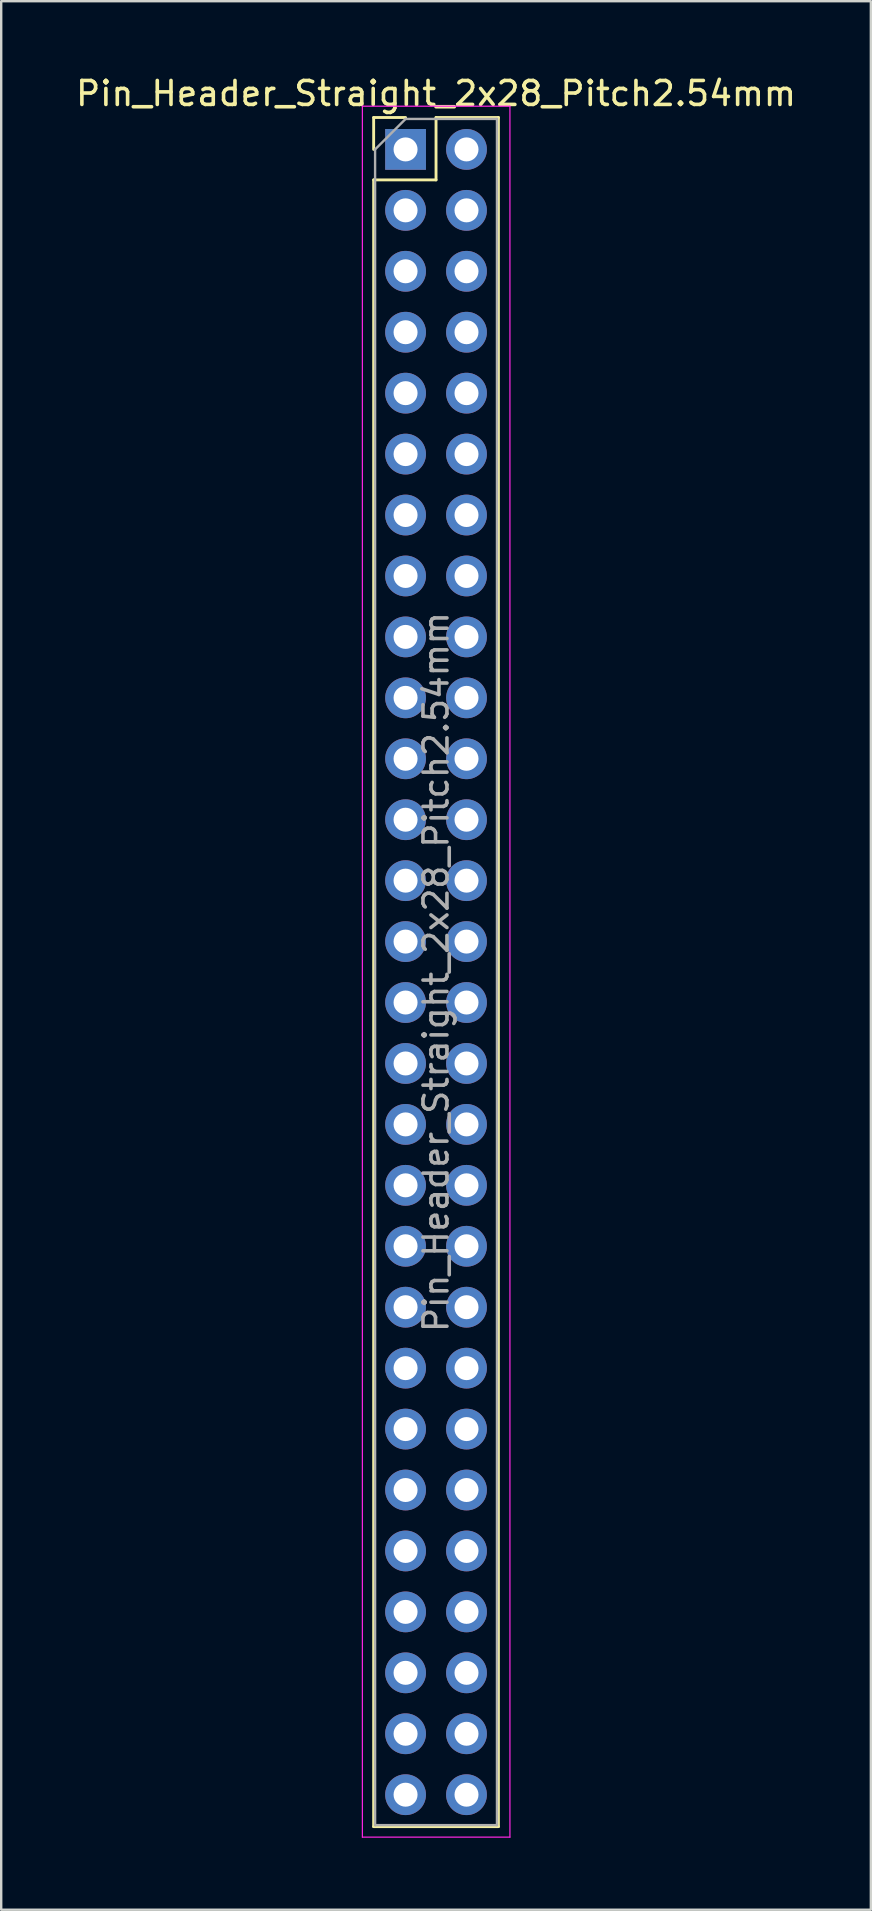
<source format=kicad_pcb>
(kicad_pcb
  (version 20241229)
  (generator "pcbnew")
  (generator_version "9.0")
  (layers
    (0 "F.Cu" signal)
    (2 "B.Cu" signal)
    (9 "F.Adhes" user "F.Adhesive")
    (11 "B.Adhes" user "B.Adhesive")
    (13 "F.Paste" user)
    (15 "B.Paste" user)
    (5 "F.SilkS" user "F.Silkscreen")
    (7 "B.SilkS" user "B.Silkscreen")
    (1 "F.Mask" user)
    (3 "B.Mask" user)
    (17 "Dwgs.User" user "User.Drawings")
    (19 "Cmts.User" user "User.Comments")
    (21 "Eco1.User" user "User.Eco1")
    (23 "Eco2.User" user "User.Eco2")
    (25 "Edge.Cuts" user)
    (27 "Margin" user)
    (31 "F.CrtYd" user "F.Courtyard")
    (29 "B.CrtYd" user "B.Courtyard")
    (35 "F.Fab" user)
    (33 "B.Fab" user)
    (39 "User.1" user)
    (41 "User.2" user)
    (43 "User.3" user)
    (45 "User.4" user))
  (footprint "Pin_Header_Straight_2x28_Pitch2.54mm"
    (layer "F.Cu")
    (at 13.855 3.178)
    (property "Reference" "Pin_Header_Straight_2x28_Pitch2.54mm" (at 1.27 -2.33 0) (layer "F.SilkS") (effects (font (size 1 1) (thickness 0.15))))
    (attr through_hole)
    (fp_line (start -1.33 -1.33) (end 0 -1.33) (stroke (width 0.12) (type solid)) (layer "F.SilkS"))
    (fp_line (start -1.33 0) (end -1.33 -1.33) (stroke (width 0.12) (type solid)) (layer "F.SilkS"))
    (fp_line (start -1.33 1.27) (end -1.33 69.91) (stroke (width 0.12) (type solid)) (layer "F.SilkS"))
    (fp_line (start -1.33 1.27) (end 1.27 1.27) (stroke (width 0.12) (type solid)) (layer "F.SilkS"))
    (fp_line (start -1.33 69.91) (end 3.87 69.91) (stroke (width 0.12) (type solid)) (layer "F.SilkS"))
    (fp_line (start 1.27 -1.33) (end 3.87 -1.33) (stroke (width 0.12) (type solid)) (layer "F.SilkS"))
    (fp_line (start 1.27 1.27) (end 1.27 -1.33) (stroke (width 0.12) (type solid)) (layer "F.SilkS"))
    (fp_line (start 3.87 -1.33) (end 3.87 69.91) (stroke (width 0.12) (type solid)) (layer "F.SilkS"))
    (fp_line (start -1.8 -1.8) (end -1.8 70.35) (stroke (width 0.05) (type solid)) (layer "F.CrtYd"))
    (fp_line (start -1.8 70.35) (end 4.35 70.35) (stroke (width 0.05) (type solid)) (layer "F.CrtYd"))
    (fp_line (start 4.35 -1.8) (end -1.8 -1.8) (stroke (width 0.05) (type solid)) (layer "F.CrtYd"))
    (fp_line (start 4.35 70.35) (end 4.35 -1.8) (stroke (width 0.05) (type solid)) (layer "F.CrtYd"))
    (fp_line (start -1.27 0) (end 0 -1.27) (stroke (width 0.1) (type solid)) (layer "F.Fab"))
    (fp_line (start -1.27 69.85) (end -1.27 0) (stroke (width 0.1) (type solid)) (layer "F.Fab"))
    (fp_line (start 0 -1.27) (end 3.81 -1.27) (stroke (width 0.1) (type solid)) (layer "F.Fab"))
    (fp_line (start 3.81 -1.27) (end 3.81 69.85) (stroke (width 0.1) (type solid)) (layer "F.Fab"))
    (fp_line (start 3.81 69.85) (end -1.27 69.85) (stroke (width 0.1) (type solid)) (layer "F.Fab"))
    (fp_text user "${REFERENCE}" (at 1.27 34.29 90) (layer "F.Fab") (effects (font (size 1 1) (thickness 0.15))))
    (pad "1" thru_hole rect (at 0 0) (size 1.7 1.7) (drill 1) (layers "*.Cu" "*.Mask"))
    (pad "2" thru_hole oval (at 2.54 0) (size 1.7 1.7) (drill 1) (layers "*.Cu" "*.Mask"))
    (pad "3" thru_hole oval (at 0 2.54) (size 1.7 1.7) (drill 1) (layers "*.Cu" "*.Mask"))
    (pad "4" thru_hole oval (at 2.54 2.54) (size 1.7 1.7) (drill 1) (layers "*.Cu" "*.Mask"))
    (pad "5" thru_hole oval (at 0 5.08) (size 1.7 1.7) (drill 1) (layers "*.Cu" "*.Mask"))
    (pad "6" thru_hole oval (at 2.54 5.08) (size 1.7 1.7) (drill 1) (layers "*.Cu" "*.Mask"))
    (pad "7" thru_hole oval (at 0 7.62) (size 1.7 1.7) (drill 1) (layers "*.Cu" "*.Mask"))
    (pad "8" thru_hole oval (at 2.54 7.62) (size 1.7 1.7) (drill 1) (layers "*.Cu" "*.Mask"))
    (pad "9" thru_hole oval (at 0 10.16) (size 1.7 1.7) (drill 1) (layers "*.Cu" "*.Mask"))
    (pad "10" thru_hole oval (at 2.54 10.16) (size 1.7 1.7) (drill 1) (layers "*.Cu" "*.Mask"))
    (pad "11" thru_hole oval (at 0 12.7) (size 1.7 1.7) (drill 1) (layers "*.Cu" "*.Mask"))
    (pad "12" thru_hole oval (at 2.54 12.7) (size 1.7 1.7) (drill 1) (layers "*.Cu" "*.Mask"))
    (pad "13" thru_hole oval (at 0 15.24) (size 1.7 1.7) (drill 1) (layers "*.Cu" "*.Mask"))
    (pad "14" thru_hole oval (at 2.54 15.24) (size 1.7 1.7) (drill 1) (layers "*.Cu" "*.Mask"))
    (pad "15" thru_hole oval (at 0 17.78) (size 1.7 1.7) (drill 1) (layers "*.Cu" "*.Mask"))
    (pad "16" thru_hole oval (at 2.54 17.78) (size 1.7 1.7) (drill 1) (layers "*.Cu" "*.Mask"))
    (pad "17" thru_hole oval (at 0 20.32) (size 1.7 1.7) (drill 1) (layers "*.Cu" "*.Mask"))
    (pad "18" thru_hole oval (at 2.54 20.32) (size 1.7 1.7) (drill 1) (layers "*.Cu" "*.Mask"))
    (pad "19" thru_hole oval (at 0 22.86) (size 1.7 1.7) (drill 1) (layers "*.Cu" "*.Mask"))
    (pad "20" thru_hole oval (at 2.54 22.86) (size 1.7 1.7) (drill 1) (layers "*.Cu" "*.Mask"))
    (pad "21" thru_hole oval (at 0 25.4) (size 1.7 1.7) (drill 1) (layers "*.Cu" "*.Mask"))
    (pad "22" thru_hole oval (at 2.54 25.4) (size 1.7 1.7) (drill 1) (layers "*.Cu" "*.Mask"))
    (pad "23" thru_hole oval (at 0 27.94) (size 1.7 1.7) (drill 1) (layers "*.Cu" "*.Mask"))
    (pad "24" thru_hole oval (at 2.54 27.94) (size 1.7 1.7) (drill 1) (layers "*.Cu" "*.Mask"))
    (pad "25" thru_hole oval (at 0 30.48) (size 1.7 1.7) (drill 1) (layers "*.Cu" "*.Mask"))
    (pad "26" thru_hole oval (at 2.54 30.48) (size 1.7 1.7) (drill 1) (layers "*.Cu" "*.Mask"))
    (pad "27" thru_hole oval (at 0 33.02) (size 1.7 1.7) (drill 1) (layers "*.Cu" "*.Mask"))
    (pad "28" thru_hole oval (at 2.54 33.02) (size 1.7 1.7) (drill 1) (layers "*.Cu" "*.Mask"))
    (pad "29" thru_hole oval (at 0 35.56) (size 1.7 1.7) (drill 1) (layers "*.Cu" "*.Mask"))
    (pad "30" thru_hole oval (at 2.54 35.56) (size 1.7 1.7) (drill 1) (layers "*.Cu" "*.Mask"))
    (pad "31" thru_hole oval (at 0 38.1) (size 1.7 1.7) (drill 1) (layers "*.Cu" "*.Mask"))
    (pad "32" thru_hole oval (at 2.54 38.1) (size 1.7 1.7) (drill 1) (layers "*.Cu" "*.Mask"))
    (pad "33" thru_hole oval (at 0 40.64) (size 1.7 1.7) (drill 1) (layers "*.Cu" "*.Mask"))
    (pad "34" thru_hole oval (at 2.54 40.64) (size 1.7 1.7) (drill 1) (layers "*.Cu" "*.Mask"))
    (pad "35" thru_hole oval (at 0 43.18) (size 1.7 1.7) (drill 1) (layers "*.Cu" "*.Mask"))
    (pad "36" thru_hole oval (at 2.54 43.18) (size 1.7 1.7) (drill 1) (layers "*.Cu" "*.Mask"))
    (pad "37" thru_hole oval (at 0 45.72) (size 1.7 1.7) (drill 1) (layers "*.Cu" "*.Mask"))
    (pad "38" thru_hole oval (at 2.54 45.72) (size 1.7 1.7) (drill 1) (layers "*.Cu" "*.Mask"))
    (pad "39" thru_hole oval (at 0 48.26) (size 1.7 1.7) (drill 1) (layers "*.Cu" "*.Mask"))
    (pad "40" thru_hole oval (at 2.54 48.26) (size 1.7 1.7) (drill 1) (layers "*.Cu" "*.Mask"))
    (pad "41" thru_hole oval (at 0 50.8) (size 1.7 1.7) (drill 1) (layers "*.Cu" "*.Mask"))
    (pad "42" thru_hole oval (at 2.54 50.8) (size 1.7 1.7) (drill 1) (layers "*.Cu" "*.Mask"))
    (pad "43" thru_hole oval (at 0 53.34) (size 1.7 1.7) (drill 1) (layers "*.Cu" "*.Mask"))
    (pad "44" thru_hole oval (at 2.54 53.34) (size 1.7 1.7) (drill 1) (layers "*.Cu" "*.Mask"))
    (pad "45" thru_hole oval (at 0 55.88) (size 1.7 1.7) (drill 1) (layers "*.Cu" "*.Mask"))
    (pad "46" thru_hole oval (at 2.54 55.88) (size 1.7 1.7) (drill 1) (layers "*.Cu" "*.Mask"))
    (pad "47" thru_hole oval (at 0 58.42) (size 1.7 1.7) (drill 1) (layers "*.Cu" "*.Mask"))
    (pad "48" thru_hole oval (at 2.54 58.42) (size 1.7 1.7) (drill 1) (layers "*.Cu" "*.Mask"))
    (pad "49" thru_hole oval (at 0 60.96) (size 1.7 1.7) (drill 1) (layers "*.Cu" "*.Mask"))
    (pad "50" thru_hole oval (at 2.54 60.96) (size 1.7 1.7) (drill 1) (layers "*.Cu" "*.Mask"))
    (pad "51" thru_hole oval (at 0 63.5) (size 1.7 1.7) (drill 1) (layers "*.Cu" "*.Mask"))
    (pad "52" thru_hole oval (at 2.54 63.5) (size 1.7 1.7) (drill 1) (layers "*.Cu" "*.Mask"))
    (pad "53" thru_hole oval (at 0 66.04) (size 1.7 1.7) (drill 1) (layers "*.Cu" "*.Mask"))
    (pad "54" thru_hole oval (at 2.54 66.04) (size 1.7 1.7) (drill 1) (layers "*.Cu" "*.Mask"))
    (pad "55" thru_hole oval (at 0 68.58) (size 1.7 1.7) (drill 1) (layers "*.Cu" "*.Mask"))
    (pad "56" thru_hole oval (at 2.54 68.58) (size 1.7 1.7) (drill 1) (layers "*.Cu" "*.Mask")))
  (gr_rect
    (start -3 -3)
    (end 33.25 76.553)
    (stroke (width 0.1) (type default))
    (fill no)
    (layer "Edge.Cuts")))
</source>
